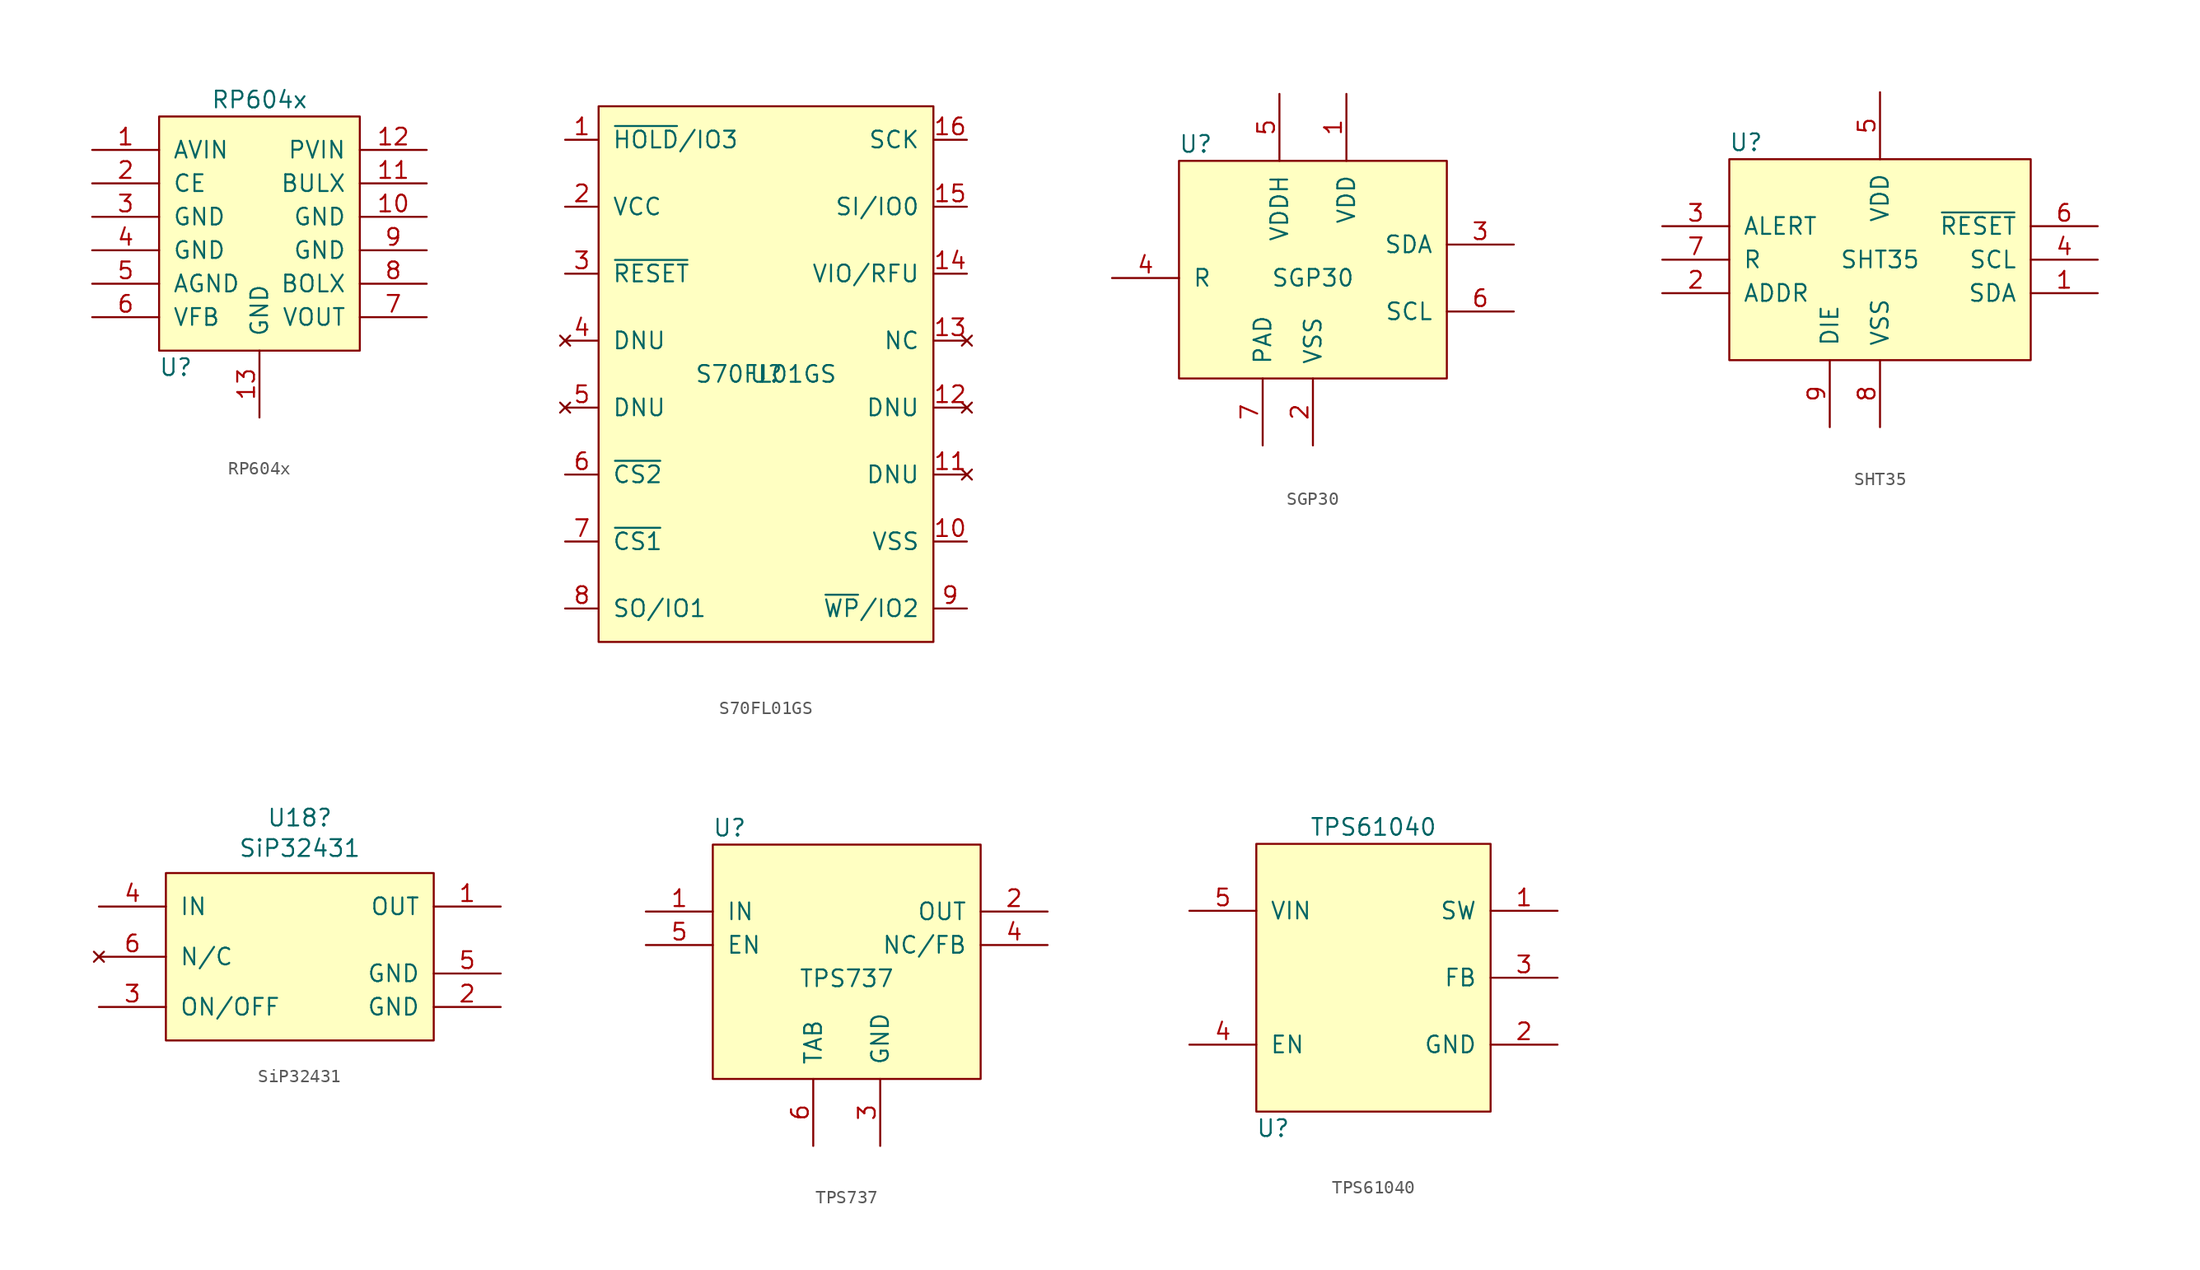
<source format=kicad_sym>
(kicad_symbol_lib
  (version 20211014)
  (generator kicad_symbol_editor)
  (symbol "RP604x"
    (pin_names
      (offset 1.016))
    (property "Reference" "U"
      (at -6.35 -10.16 0)
      (effects (font (size 1.27 1.27))))
    (property "Value" "RP604x"
      (at 0 10.16 0)
      (effects (font (size 1.27 1.27))))
    (symbol "RP604x_0_1"
      (rectangle (start -7.62 8.89) (end 7.62 -8.89) (stroke (width 0) (type default) (color 0 0 0 0)) (fill (type background))))
    (symbol "RP604x_1_1"
      (pin power_in line (at -12.7 6.35 0) (length 5.08) (name "AVIN" (effects (font (size 1.27 1.27)))) (number "1" (effects (font (size 1.27 1.27)))))
      (pin power_in line (at 12.7 1.27 180) (length 5.08) (name "GND" (effects (font (size 1.27 1.27)))) (number "10" (effects (font (size 1.27 1.27)))))
      (pin output line (at 12.7 3.81 180) (length 5.08) (name "BULX" (effects (font (size 1.27 1.27)))) (number "11" (effects (font (size 1.27 1.27)))))
      (pin power_in line (at 12.7 6.35 180) (length 5.08) (name "PVIN" (effects (font (size 1.27 1.27)))) (number "12" (effects (font (size 1.27 1.27)))))
      (pin power_in line (at 0 -13.97 90) (length 5.08) (name "GND" (effects (font (size 1.27 1.27)))) (number "13" (effects (font (size 1.27 1.27)))))
      (pin input line (at -12.7 3.81 0) (length 5.08) (name "CE" (effects (font (size 1.27 1.27)))) (number "2" (effects (font (size 1.27 1.27)))))
      (pin power_in line (at -12.7 1.27 0) (length 5.08) (name "GND" (effects (font (size 1.27 1.27)))) (number "3" (effects (font (size 1.27 1.27)))))
      (pin power_in line (at -12.7 -1.27 0) (length 5.08) (name "GND" (effects (font (size 1.27 1.27)))) (number "4" (effects (font (size 1.27 1.27)))))
      (pin power_in line (at -12.7 -3.81 0) (length 5.08) (name "AGND" (effects (font (size 1.27 1.27)))) (number "5" (effects (font (size 1.27 1.27)))))
      (pin input line (at -12.7 -6.35 0) (length 5.08) (name "VFB" (effects (font (size 1.27 1.27)))) (number "6" (effects (font (size 1.27 1.27)))))
      (pin power_out line (at 12.7 -6.35 180) (length 5.08) (name "VOUT" (effects (font (size 1.27 1.27)))) (number "7" (effects (font (size 1.27 1.27)))))
      (pin output line (at 12.7 -3.81 180) (length 5.08) (name "BOLX" (effects (font (size 1.27 1.27)))) (number "8" (effects (font (size 1.27 1.27)))))
      (pin power_in line (at 12.7 -1.27 180) (length 5.08) (name "GND" (effects (font (size 1.27 1.27)))) (number "9" (effects (font (size 1.27 1.27)))))))
  (symbol "S70FL01GS"
    (pin_names
      (offset 1.016))
    (property "Reference" "U"
      (at 0 0 0)
      (effects (font (size 1.27 1.27))))
    (property "Value" "S70FL01GS"
      (at 0 0 0)
      (effects (font (size 1.27 1.27))))
    (symbol "S70FL01GS_0_1"
      (rectangle (start -12.7 20.32) (end 12.7 -20.32) (stroke (width 0) (type default) (color 0 0 0 0)) (fill (type background))))
    (symbol "S70FL01GS_1_1"
      (pin bidirectional line (at -15.24 17.78 0) (length 2.54) (name "~{HOLD}/IO3" (effects (font (size 1.27 1.27)))) (number "1" (effects (font (size 1.27 1.27)))))
      (pin power_in line (at 15.24 -12.7 180) (length 2.54) (name "VSS" (effects (font (size 1.27 1.27)))) (number "10" (effects (font (size 1.27 1.27)))))
      (pin no_connect line (at 15.24 -7.62 180) (length 2.54) (name "DNU" (effects (font (size 1.27 1.27)))) (number "11" (effects (font (size 1.27 1.27)))))
      (pin no_connect line (at 15.24 -2.54 180) (length 2.54) (name "DNU" (effects (font (size 1.27 1.27)))) (number "12" (effects (font (size 1.27 1.27)))))
      (pin no_connect line (at 15.24 2.54 180) (length 2.54) (name "NC" (effects (font (size 1.27 1.27)))) (number "13" (effects (font (size 1.27 1.27)))))
      (pin power_in line (at 15.24 7.62 180) (length 2.54) (name "VIO/RFU" (effects (font (size 1.27 1.27)))) (number "14" (effects (font (size 1.27 1.27)))))
      (pin bidirectional line (at 15.24 12.7 180) (length 2.54) (name "SI/IO0" (effects (font (size 1.27 1.27)))) (number "15" (effects (font (size 1.27 1.27)))))
      (pin input line (at 15.24 17.78 180) (length 2.54) (name "SCK" (effects (font (size 1.27 1.27)))) (number "16" (effects (font (size 1.27 1.27)))))
      (pin power_in line (at -15.24 12.7 0) (length 2.54) (name "VCC" (effects (font (size 1.27 1.27)))) (number "2" (effects (font (size 1.27 1.27)))))
      (pin input line (at -15.24 7.62 0) (length 2.54) (name "~{RESET}" (effects (font (size 1.27 1.27)))) (number "3" (effects (font (size 1.27 1.27)))))
      (pin no_connect line (at -15.24 2.54 0) (length 2.54) (name "DNU" (effects (font (size 1.27 1.27)))) (number "4" (effects (font (size 1.27 1.27)))))
      (pin no_connect line (at -15.24 -2.54 0) (length 2.54) (name "DNU" (effects (font (size 1.27 1.27)))) (number "5" (effects (font (size 1.27 1.27)))))
      (pin input line (at -15.24 -7.62 0) (length 2.54) (name "~{CS2}" (effects (font (size 1.27 1.27)))) (number "6" (effects (font (size 1.27 1.27)))))
      (pin input line (at -15.24 -12.7 0) (length 2.54) (name "~{CS1}" (effects (font (size 1.27 1.27)))) (number "7" (effects (font (size 1.27 1.27)))))
      (pin bidirectional line (at -15.24 -17.78 0) (length 2.54) (name "SO/IO1" (effects (font (size 1.27 1.27)))) (number "8" (effects (font (size 1.27 1.27)))))
      (pin bidirectional line (at 15.24 -17.78 180) (length 2.54) (name "~{WP}/IO2" (effects (font (size 1.27 1.27)))) (number "9" (effects (font (size 1.27 1.27)))))))
  (symbol "SGP30"
    (pin_names
      (offset 1.016))
    (property "Reference" "U"
      (at -8.89 10.16 0)
      (effects (font (size 1.27 1.27))))
    (property "Value" "SGP30"
      (at 0 0 0)
      (effects (font (size 1.27 1.27))))
    (symbol "SGP30_0_1"
      (rectangle (start 10.16 8.89) (end -10.16 -7.62) (stroke (width 0) (type default) (color 0 0 0 0)) (fill (type background))))
    (symbol "SGP30_1_1"
      (pin power_in line (at 2.54 13.97 270) (length 5.08) (name "VDD" (effects (font (size 1.27 1.27)))) (number "1" (effects (font (size 1.27 1.27)))))
      (pin power_in line (at 0 -12.7 90) (length 5.08) (name "VSS" (effects (font (size 1.27 1.27)))) (number "2" (effects (font (size 1.27 1.27)))))
      (pin bidirectional line (at 15.24 2.54 180) (length 5.08) (name "SDA" (effects (font (size 1.27 1.27)))) (number "3" (effects (font (size 1.27 1.27)))))
      (pin passive line (at -15.24 0 0) (length 5.08) (name "R" (effects (font (size 1.27 1.27)))) (number "4" (effects (font (size 1.27 1.27)))))
      (pin power_in line (at -2.54 13.97 270) (length 5.08) (name "VDDH" (effects (font (size 1.27 1.27)))) (number "5" (effects (font (size 1.27 1.27)))))
      (pin bidirectional line (at 15.24 -2.54 180) (length 5.08) (name "SCL" (effects (font (size 1.27 1.27)))) (number "6" (effects (font (size 1.27 1.27)))))
      (pin power_in line (at -3.81 -12.7 90) (length 5.08) (name "PAD" (effects (font (size 1.27 1.27)))) (number "7" (effects (font (size 1.27 1.27)))))))
  (symbol "SHT35"
    (pin_names
      (offset 1.016))
    (property "Reference" "U"
      (at -10.16 8.89 0)
      (effects (font (size 1.27 1.27))))
    (property "Value" "SHT35"
      (at 0 0 0)
      (effects (font (size 1.27 1.27))))
    (symbol "SHT35_0_1"
      (rectangle (start -11.43 7.62) (end 11.43 -7.62) (stroke (width 0) (type default) (color 0 0 0 0)) (fill (type background))))
    (symbol "SHT35_1_1"
      (pin bidirectional line (at 16.51 -2.54 180) (length 5.08) (name "SDA" (effects (font (size 1.27 1.27)))) (number "1" (effects (font (size 1.27 1.27)))))
      (pin input line (at -16.51 -2.54 0) (length 5.08) (name "ADDR" (effects (font (size 1.27 1.27)))) (number "2" (effects (font (size 1.27 1.27)))))
      (pin output line (at -16.51 2.54 0) (length 5.08) (name "ALERT" (effects (font (size 1.27 1.27)))) (number "3" (effects (font (size 1.27 1.27)))))
      (pin bidirectional line (at 16.51 0 180) (length 5.08) (name "SCL" (effects (font (size 1.27 1.27)))) (number "4" (effects (font (size 1.27 1.27)))))
      (pin power_in line (at 0 12.7 270) (length 5.08) (name "VDD" (effects (font (size 1.27 1.27)))) (number "5" (effects (font (size 1.27 1.27)))))
      (pin input line (at 16.51 2.54 180) (length 5.08) (name "~{RESET}" (effects (font (size 1.27 1.27)))) (number "6" (effects (font (size 1.27 1.27)))))
      (pin passive line (at -16.51 0 0) (length 5.08) (name "R" (effects (font (size 1.27 1.27)))) (number "7" (effects (font (size 1.27 1.27)))))
      (pin power_in line (at 0 -12.7 90) (length 5.08) (name "VSS" (effects (font (size 1.27 1.27)))) (number "8" (effects (font (size 1.27 1.27)))))
      (pin power_in line (at -3.81 -12.7 90) (length 5.08) (name "DIE" (effects (font (size 1.27 1.27)))) (number "9" (effects (font (size 1.27 1.27)))))))
  (symbol "SiP32431"
    (pin_names
      (offset 1.016))
    (property "Reference" "U18"
      (at 0 10.541 0)
      (effects (font (size 1.27 1.27))))
    (property "Value" "SiP32431"
      (at 0 8.23 0)
      (effects (font (size 1.27 1.27))))
    (symbol "SiP32431_0_1"
      (rectangle (start -10.16 6.35) (end 10.16 -6.35) (stroke (width 0) (type default) (color 0 0 0 0)) (fill (type background))))
    (symbol "SiP32431_1_1"
      (pin passive line (at 15.24 3.81 180) (length 5.08) (name "OUT" (effects (font (size 1.27 1.27)))) (number "1" (effects (font (size 1.27 1.27)))))
      (pin power_in line (at 15.24 -3.81 180) (length 5.08) (name "GND" (effects (font (size 1.27 1.27)))) (number "2" (effects (font (size 1.27 1.27)))))
      (pin input line (at -15.24 -3.81 0) (length 5.08) (name "ON/OFF" (effects (font (size 1.27 1.27)))) (number "3" (effects (font (size 1.27 1.27)))))
      (pin input line (at -15.24 3.81 0) (length 5.08) (name "IN" (effects (font (size 1.27 1.27)))) (number "4" (effects (font (size 1.27 1.27)))))
      (pin power_in line (at 15.24 -1.27 180) (length 5.08) (name "GND" (effects (font (size 1.27 1.27)))) (number "5" (effects (font (size 1.27 1.27)))))
      (pin no_connect line (at -15.24 0 0) (length 5.08) (name "N/C" (effects (font (size 1.27 1.27)))) (number "6" (effects (font (size 1.27 1.27)))))))
  (symbol "TPS737"
    (pin_names
      (offset 1.016))
    (property "Reference" "U"
      (at -8.89 11.43 0)
      (effects (font (size 1.27 1.27))))
    (property "Value" "TPS737"
      (at 0 0 0)
      (effects (font (size 1.27 1.27))))
    (symbol "TPS737_0_1"
      (rectangle (start 10.16 -7.62) (end -10.16 10.16) (stroke (width 0) (type default) (color 0 0 0 0)) (fill (type background))))
    (symbol "TPS737_1_1"
      (pin power_in line (at -15.24 5.08 0) (length 5.08) (name "IN" (effects (font (size 1.27 1.27)))) (number "1" (effects (font (size 1.27 1.27)))))
      (pin power_out line (at 15.24 5.08 180) (length 5.08) (name "OUT" (effects (font (size 1.27 1.27)))) (number "2" (effects (font (size 1.27 1.27)))))
      (pin power_in line (at 2.54 -12.7 90) (length 5.08) (name "GND" (effects (font (size 1.27 1.27)))) (number "3" (effects (font (size 1.27 1.27)))))
      (pin bidirectional line (at 15.24 2.54 180) (length 5.08) (name "NC/FB" (effects (font (size 1.27 1.27)))) (number "4" (effects (font (size 1.27 1.27)))))
      (pin input line (at -15.24 2.54 0) (length 5.08) (name "EN" (effects (font (size 1.27 1.27)))) (number "5" (effects (font (size 1.27 1.27)))))
      (pin power_in line (at -2.54 -12.7 90) (length 5.08) (name "TAB" (effects (font (size 1.27 1.27)))) (number "6" (effects (font (size 1.27 1.27)))))))
  (symbol "TPS61040"
    (pin_names
      (offset 1.016))
    (property "Reference" "U"
      (at -7.62 -11.43 0)
      (effects (font (size 1.27 1.27))))
    (property "Value" "TPS61040"
      (at 0 11.43 0)
      (effects (font (size 1.27 1.27))))
    (symbol "TPS61040_0_1"
      (rectangle (start -8.89 10.16) (end 8.89 -10.16) (stroke (width 0) (type default) (color 0 0 0 0)) (fill (type background))))
    (symbol "TPS61040_1_1"
      (pin power_out line (at 13.97 5.08 180) (length 5.08) (name "SW" (effects (font (size 1.27 1.27)))) (number "1" (effects (font (size 1.27 1.27)))))
      (pin power_in line (at 13.97 -5.08 180) (length 5.08) (name "GND" (effects (font (size 1.27 1.27)))) (number "2" (effects (font (size 1.27 1.27)))))
      (pin input line (at 13.97 0 180) (length 5.08) (name "FB" (effects (font (size 1.27 1.27)))) (number "3" (effects (font (size 1.27 1.27)))))
      (pin input line (at -13.97 -5.08 0) (length 5.08) (name "EN" (effects (font (size 1.27 1.27)))) (number "4" (effects (font (size 1.27 1.27)))))
      (pin power_in line (at -13.97 5.08 0) (length 5.08) (name "VIN" (effects (font (size 1.27 1.27)))) (number "5" (effects (font (size 1.27 1.27))))))))
</source>
